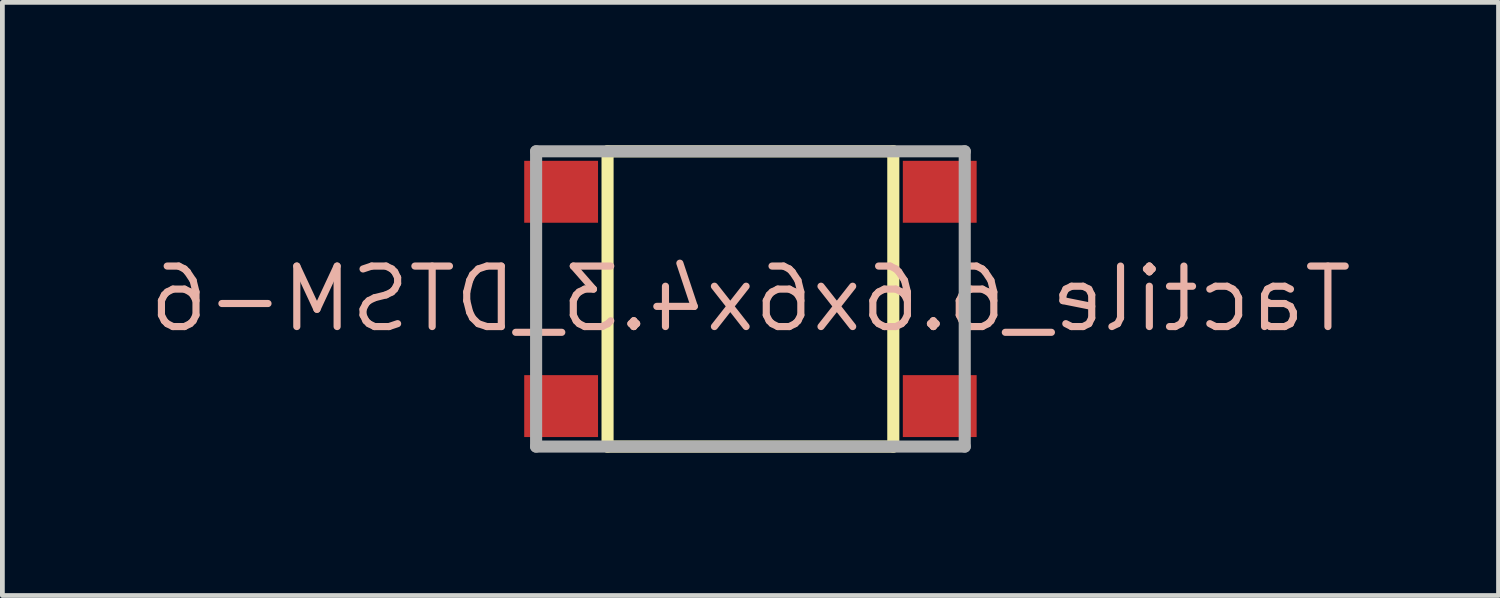
<source format=kicad_pcb>
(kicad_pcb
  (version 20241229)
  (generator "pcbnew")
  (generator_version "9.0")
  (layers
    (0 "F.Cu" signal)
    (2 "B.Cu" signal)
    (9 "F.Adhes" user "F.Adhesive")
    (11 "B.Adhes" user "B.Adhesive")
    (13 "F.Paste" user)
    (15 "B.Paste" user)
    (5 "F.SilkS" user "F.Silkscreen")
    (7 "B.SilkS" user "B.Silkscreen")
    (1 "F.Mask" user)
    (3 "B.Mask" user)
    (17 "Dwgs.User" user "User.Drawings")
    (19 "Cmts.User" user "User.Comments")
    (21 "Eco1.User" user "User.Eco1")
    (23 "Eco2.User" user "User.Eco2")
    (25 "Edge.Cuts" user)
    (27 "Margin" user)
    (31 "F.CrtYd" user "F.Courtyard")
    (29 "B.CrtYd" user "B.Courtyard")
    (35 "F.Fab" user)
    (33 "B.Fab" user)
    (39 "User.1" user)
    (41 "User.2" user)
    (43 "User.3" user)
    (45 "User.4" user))
  (footprint "Tactile_6.6x6x4.3_DTSM-6"
    (layer "F.Cu")
    (at 12.707 3.227)
    (property "Reference" "Tactile_6.6x6x4.3_DTSM-6" (at 0 0 0) (layer "B.SilkS") (effects (font (size 1.27 1.27) (thickness 0.15)) (justify mirror)))
    (fp_line (start -3 -3.1) (end -3 3.1) (stroke (width 0.254) (type solid)) (layer "F.SilkS"))
    (fp_line (start 3 -3.1) (end -3 -3.1) (stroke (width 0.254) (type solid)) (layer "F.SilkS"))
    (fp_line (start 3 -3.1) (end 3 3.1) (stroke (width 0.254) (type solid)) (layer "F.SilkS"))
    (fp_line (start 3 3.1) (end -3 3.1) (stroke (width 0.254) (type solid)) (layer "F.SilkS"))
    (fp_line (start -4.5 -3.1) (end -4.5 3.1) (stroke (width 0.254) (type solid)) (layer "F.Fab"))
    (fp_line (start 4.5 -3.1) (end -4.5 -3.1) (stroke (width 0.254) (type solid)) (layer "F.Fab"))
    (fp_line (start 4.5 -3.1) (end 4.5 3.1) (stroke (width 0.254) (type solid)) (layer "F.Fab"))
    (fp_line (start 4.5 3.1) (end -4.5 3.1) (stroke (width 0.254) (type solid)) (layer "F.Fab"))
    (pad "1" smd rect (at -3.975 -2.25) (size 1.55 1.3) (layers "F.Cu" "F.Mask" "F.Paste"))
    (pad "2" smd rect (at 3.975 -2.25) (size 1.55 1.3) (layers "F.Cu" "F.Mask" "F.Paste"))
    (pad "3" smd rect (at -3.975 2.25) (size 1.55 1.3) (layers "F.Cu" "F.Mask" "F.Paste"))
    (pad "4" smd rect (at 3.975 2.25) (size 1.55 1.3) (layers "F.Cu" "F.Mask" "F.Paste")))
  (gr_rect
    (start -3 -3)
    (end 28.415 9.454)
    (stroke (width 0.1) (type default))
    (fill no)
    (layer "Edge.Cuts")))
</source>
